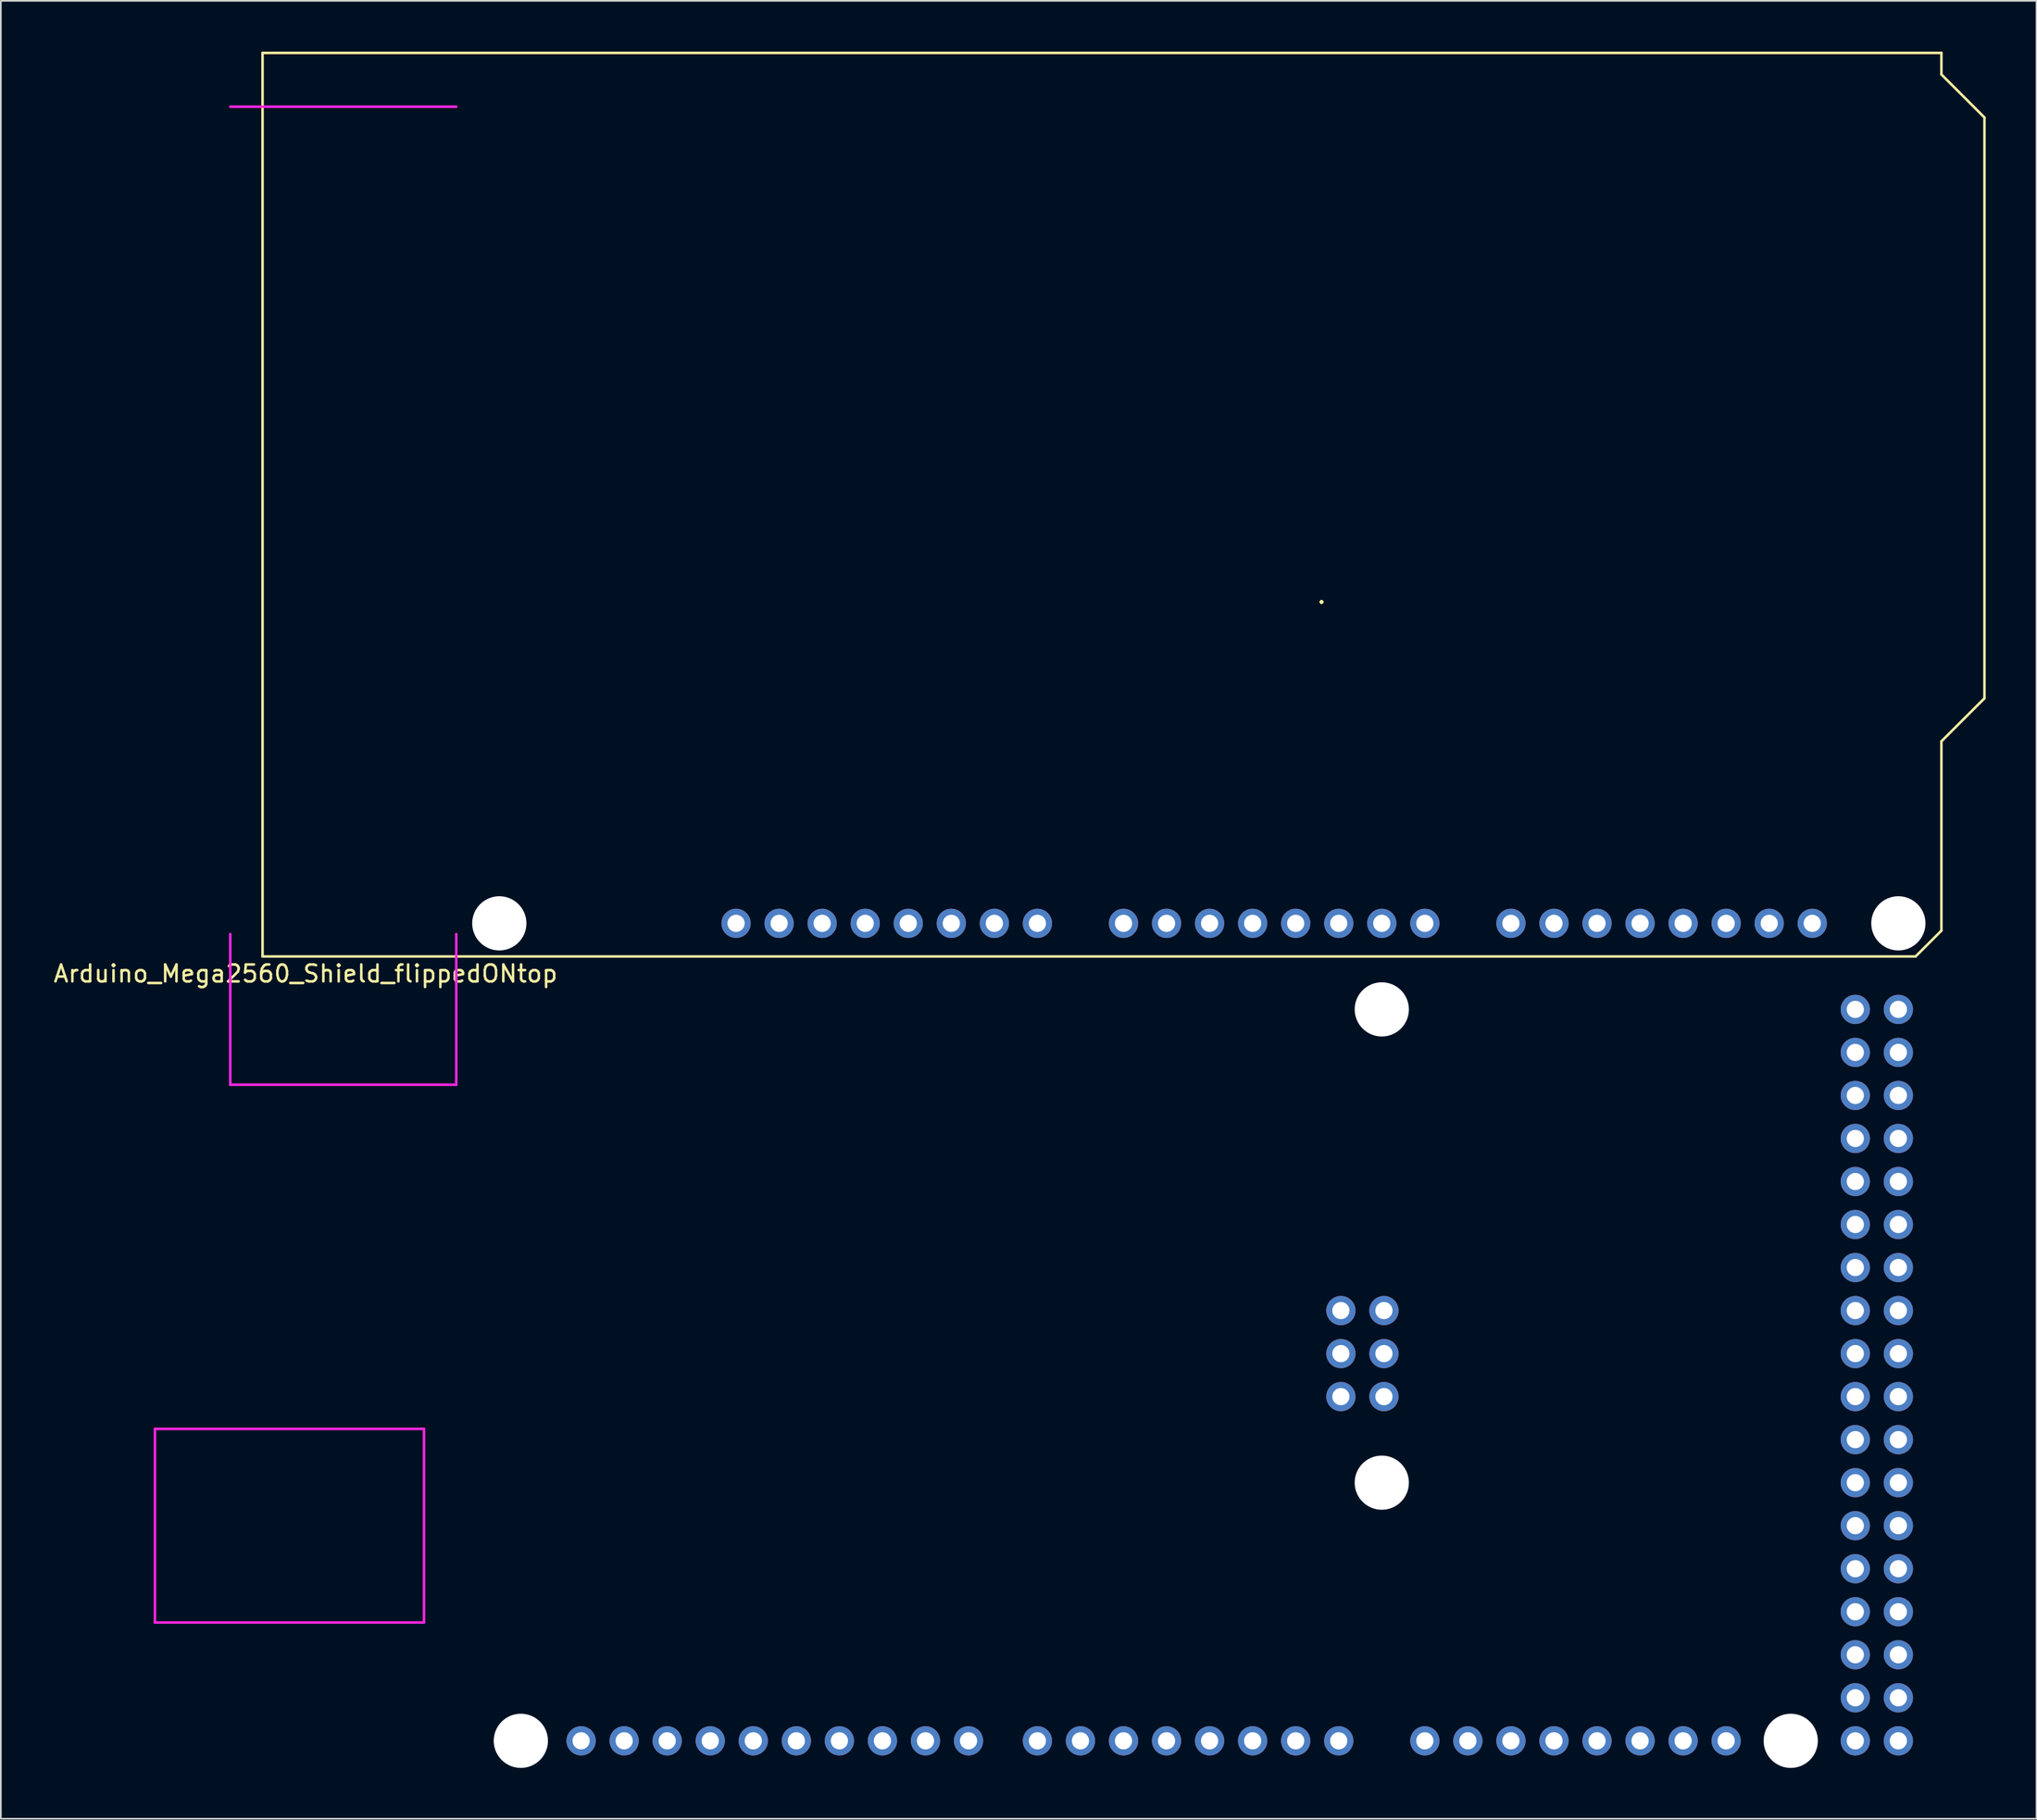
<source format=kicad_pcb>
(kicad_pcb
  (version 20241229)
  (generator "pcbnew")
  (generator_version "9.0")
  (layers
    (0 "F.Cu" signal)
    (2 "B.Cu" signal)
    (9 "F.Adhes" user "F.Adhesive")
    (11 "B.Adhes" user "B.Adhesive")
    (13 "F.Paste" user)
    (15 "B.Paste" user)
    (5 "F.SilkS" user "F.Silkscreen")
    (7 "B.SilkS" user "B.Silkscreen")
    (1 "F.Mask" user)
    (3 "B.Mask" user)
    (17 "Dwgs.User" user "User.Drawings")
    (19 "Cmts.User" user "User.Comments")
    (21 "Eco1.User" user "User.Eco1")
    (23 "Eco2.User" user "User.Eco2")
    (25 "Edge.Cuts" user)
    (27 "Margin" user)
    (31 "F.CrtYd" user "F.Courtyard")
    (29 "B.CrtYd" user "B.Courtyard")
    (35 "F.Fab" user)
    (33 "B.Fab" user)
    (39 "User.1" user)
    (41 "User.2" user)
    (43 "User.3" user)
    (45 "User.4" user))
  (footprint "Arduino_Mega2560_Shield_flippedONtop"
    (layer "F.Cu")
    (at 12.442 48.92)
    (property "Reference" "Arduino_Mega2560_Shield_flippedONtop" (at 2.54 5.511 0) (layer "F.SilkS") (effects (font (size 1 1) (thickness 0.15))))
    (attr through_hole)
    (fp_line (start 0 -48.845) (end 99.06 -48.845) (stroke (width 0.15) (type solid)) (layer "F.SilkS"))
    (fp_line (start 0 4.495) (end 0 -48.845) (stroke (width 0.15) (type solid)) (layer "F.SilkS"))
    (fp_line (start 0 4.495) (end 97.536 4.495) (stroke (width 0.15) (type solid)) (layer "F.SilkS"))
    (fp_line (start 97.536 4.495) (end 99.06 2.971) (stroke (width 0.15) (type solid)) (layer "F.SilkS"))
    (fp_line (start 99.06 -48.845) (end 99.06 -47.575) (stroke (width 0.15) (type solid)) (layer "F.SilkS"))
    (fp_line (start 99.06 -47.575) (end 101.6 -45.035) (stroke (width 0.15) (type solid)) (layer "F.SilkS"))
    (fp_line (start 99.06 -8.205) (end 99.06 2.971) (stroke (width 0.15) (type solid)) (layer "F.SilkS"))
    (fp_line (start 101.6 -45.035) (end 101.6 -10.745) (stroke (width 0.15) (type solid)) (layer "F.SilkS"))
    (fp_line (start 101.6 -10.745) (end 99.06 -8.205) (stroke (width 0.15) (type solid)) (layer "F.SilkS"))
    (fp_line (start -6.35 43.815) (end -6.35 32.385) (stroke (width 0.15) (type solid)) (layer "F.CrtYd"))
    (fp_line (start -1.905 -45.67) (end 11.43 -45.67) (stroke (width 0.15) (type solid)) (layer "F.CrtYd"))
    (fp_line (start -1.905 12.065) (end -1.905 3.175) (stroke (width 0.15) (type solid)) (layer "F.CrtYd"))
    (fp_line (start -1.905 12.065) (end 11.43 12.065) (stroke (width 0.15) (type solid)) (layer "F.CrtYd"))
    (fp_line (start 9.525 32.385) (end -6.35 32.385) (stroke (width 0.15) (type solid)) (layer "F.CrtYd"))
    (fp_line (start 9.525 43.815) (end -6.35 43.815) (stroke (width 0.15) (type solid)) (layer "F.CrtYd"))
    (fp_line (start 9.525 43.815) (end 9.525 32.385) (stroke (width 0.15) (type solid)) (layer "F.CrtYd"))
    (fp_line (start 11.43 12.065) (end 11.43 3.175) (stroke (width 0.15) (type solid)) (layer "F.CrtYd"))
    (fp_text user "." (at 62.484 -16.841 0) (layer "F.SilkS") (effects (font (size 1 1) (thickness 0.15))))
    (pad "" np_thru_hole circle (at 13.97 2.54) (size 3.2 3.2) (drill 3.2) (layers "*.Cu" "*.Mask"))
    (pad "" np_thru_hole circle (at 15.24 50.8) (size 3.2 3.2) (drill 3.2) (layers "*.Cu" "*.Mask"))
    (pad "" thru_hole oval (at 27.94 2.54) (size 1.727 1.727) (drill 1.016) (layers "*.Cu" "*.Mask"))
    (pad "" np_thru_hole circle (at 66.04 7.62) (size 3.2 3.2) (drill 3.2) (layers "*.Cu" "*.Mask"))
    (pad "" np_thru_hole circle (at 66.04 35.56) (size 3.2 3.2) (drill 3.2) (layers "*.Cu" "*.Mask"))
    (pad "" np_thru_hole circle (at 90.17 50.8) (size 3.2 3.2) (drill 3.2) (layers "*.Cu" "*.Mask"))
    (pad "" np_thru_hole circle (at 96.52 2.54) (size 3.2 3.2) (drill 3.2) (layers "*.Cu" "*.Mask"))
    (pad "3V3" thru_hole oval (at 35.56 2.54) (size 1.727 1.727) (drill 1.016) (layers "*.Cu" "*.Mask"))
    (pad "5V1" thru_hole oval (at 38.1 2.54) (size 1.727 1.727) (drill 1.016) (layers "*.Cu" "*.Mask"))
    (pad "5V2" thru_hole oval (at 66.167 30.48) (size 1.727 1.727) (drill 1.016) (layers "*.Cu" "*.Mask"))
    (pad "5V3" thru_hole oval (at 93.98 50.8) (size 1.727 1.727) (drill 1.016) (layers "*.Cu" "*.Mask"))
    (pad "5V4" thru_hole oval (at 96.52 50.8) (size 1.727 1.727) (drill 1.016) (layers "*.Cu" "*.Mask"))
    (pad "A0" thru_hole oval (at 50.8 2.54) (size 1.727 1.727) (drill 1.016) (layers "*.Cu" "*.Mask"))
    (pad "A1" thru_hole oval (at 53.34 2.54) (size 1.727 1.727) (drill 1.016) (layers "*.Cu" "*.Mask"))
    (pad "A2" thru_hole oval (at 55.88 2.54) (size 1.727 1.727) (drill 1.016) (layers "*.Cu" "*.Mask"))
    (pad "A3" thru_hole oval (at 58.42 2.54) (size 1.727 1.727) (drill 1.016) (layers "*.Cu" "*.Mask"))
    (pad "A4" thru_hole oval (at 60.96 2.54) (size 1.727 1.727) (drill 1.016) (layers "*.Cu" "*.Mask"))
    (pad "A5" thru_hole oval (at 63.5 2.54) (size 1.727 1.727) (drill 1.016) (layers "*.Cu" "*.Mask"))
    (pad "A6" thru_hole oval (at 66.04 2.54) (size 1.727 1.727) (drill 1.016) (layers "*.Cu" "*.Mask"))
    (pad "A7" thru_hole oval (at 68.58 2.54) (size 1.727 1.727) (drill 1.016) (layers "*.Cu" "*.Mask"))
    (pad "A8" thru_hole oval (at 73.66 2.54) (size 1.727 1.727) (drill 1.016) (layers "*.Cu" "*.Mask"))
    (pad "A9" thru_hole oval (at 76.2 2.54) (size 1.727 1.727) (drill 1.016) (layers "*.Cu" "*.Mask"))
    (pad "A10" thru_hole oval (at 78.74 2.54) (size 1.727 1.727) (drill 1.016) (layers "*.Cu" "*.Mask"))
    (pad "A11" thru_hole oval (at 81.28 2.54) (size 1.727 1.727) (drill 1.016) (layers "*.Cu" "*.Mask"))
    (pad "A12" thru_hole oval (at 83.82 2.54) (size 1.727 1.727) (drill 1.016) (layers "*.Cu" "*.Mask"))
    (pad "A13" thru_hole oval (at 86.36 2.54) (size 1.727 1.727) (drill 1.016) (layers "*.Cu" "*.Mask"))
    (pad "A14" thru_hole oval (at 88.9 2.54) (size 1.727 1.727) (drill 1.016) (layers "*.Cu" "*.Mask"))
    (pad "A15" thru_hole oval (at 91.44 2.54) (size 1.727 1.727) (drill 1.016) (layers "*.Cu" "*.Mask"))
    (pad "AREF" thru_hole oval (at 23.876 50.8) (size 1.727 1.727) (drill 1.016) (layers "*.Cu" "*.Mask"))
    (pad "D0" thru_hole oval (at 63.5 50.8) (size 1.727 1.727) (drill 1.016) (layers "*.Cu" "*.Mask"))
    (pad "D1" thru_hole oval (at 60.96 50.8) (size 1.727 1.727) (drill 1.016) (layers "*.Cu" "*.Mask"))
    (pad "D2" thru_hole oval (at 58.42 50.8) (size 1.727 1.727) (drill 1.016) (layers "*.Cu" "*.Mask"))
    (pad "D3" thru_hole oval (at 55.88 50.8) (size 1.727 1.727) (drill 1.016) (layers "*.Cu" "*.Mask"))
    (pad "D4" thru_hole oval (at 53.34 50.8) (size 1.727 1.727) (drill 1.016) (layers "*.Cu" "*.Mask"))
    (pad "D5" thru_hole oval (at 50.8 50.8) (size 1.727 1.727) (drill 1.016) (layers "*.Cu" "*.Mask"))
    (pad "D6" thru_hole oval (at 48.26 50.8) (size 1.727 1.727) (drill 1.016) (layers "*.Cu" "*.Mask"))
    (pad "D7" thru_hole oval (at 45.72 50.8) (size 1.727 1.727) (drill 1.016) (layers "*.Cu" "*.Mask"))
    (pad "D8" thru_hole oval (at 41.656 50.8) (size 1.727 1.727) (drill 1.016) (layers "*.Cu" "*.Mask"))
    (pad "D9" thru_hole oval (at 39.116 50.8) (size 1.727 1.727) (drill 1.016) (layers "*.Cu" "*.Mask"))
    (pad "D10" thru_hole oval (at 36.576 50.8) (size 1.727 1.727) (drill 1.016) (layers "*.Cu" "*.Mask"))
    (pad "D11" thru_hole oval (at 34.036 50.8) (size 1.727 1.727) (drill 1.016) (layers "*.Cu" "*.Mask"))
    (pad "D12" thru_hole oval (at 31.496 50.8) (size 1.727 1.727) (drill 1.016) (layers "*.Cu" "*.Mask"))
    (pad "D13" thru_hole oval (at 28.956 50.8) (size 1.727 1.727) (drill 1.016) (layers "*.Cu" "*.Mask"))
    (pad "D14" thru_hole oval (at 68.58 50.8) (size 1.727 1.727) (drill 1.016) (layers "*.Cu" "*.Mask"))
    (pad "D15" thru_hole oval (at 71.12 50.8) (size 1.727 1.727) (drill 1.016) (layers "*.Cu" "*.Mask"))
    (pad "D16" thru_hole oval (at 73.66 50.8) (size 1.727 1.727) (drill 1.016) (layers "*.Cu" "*.Mask"))
    (pad "D17" thru_hole oval (at 76.2 50.8) (size 1.727 1.727) (drill 1.016) (layers "*.Cu" "*.Mask"))
    (pad "D18" thru_hole oval (at 78.74 50.8) (size 1.727 1.727) (drill 1.016) (layers "*.Cu" "*.Mask"))
    (pad "D19" thru_hole oval (at 81.28 50.8) (size 1.727 1.727) (drill 1.016) (layers "*.Cu" "*.Mask"))
    (pad "D20" thru_hole oval (at 83.82 50.8) (size 1.727 1.727) (drill 1.016) (layers "*.Cu" "*.Mask"))
    (pad "D21" thru_hole oval (at 86.36 50.8) (size 1.727 1.727) (drill 1.016) (layers "*.Cu" "*.Mask"))
    (pad "D22" thru_hole oval (at 93.98 48.26) (size 1.727 1.727) (drill 1.016) (layers "*.Cu" "*.Mask"))
    (pad "D23" thru_hole oval (at 96.52 48.26) (size 1.727 1.727) (drill 1.016) (layers "*.Cu" "*.Mask"))
    (pad "D24" thru_hole oval (at 93.98 45.72) (size 1.727 1.727) (drill 1.016) (layers "*.Cu" "*.Mask"))
    (pad "D25" thru_hole oval (at 96.52 45.72) (size 1.727 1.727) (drill 1.016) (layers "*.Cu" "*.Mask"))
    (pad "D26" thru_hole oval (at 93.98 43.18) (size 1.727 1.727) (drill 1.016) (layers "*.Cu" "*.Mask"))
    (pad "D27" thru_hole oval (at 96.52 43.18) (size 1.727 1.727) (drill 1.016) (layers "*.Cu" "*.Mask"))
    (pad "D28" thru_hole oval (at 93.98 40.64) (size 1.727 1.727) (drill 1.016) (layers "*.Cu" "*.Mask"))
    (pad "D29" thru_hole oval (at 96.52 40.64) (size 1.727 1.727) (drill 1.016) (layers "*.Cu" "*.Mask"))
    (pad "D30" thru_hole oval (at 93.98 38.1) (size 1.727 1.727) (drill 1.016) (layers "*.Cu" "*.Mask"))
    (pad "D31" thru_hole oval (at 96.52 38.1) (size 1.727 1.727) (drill 1.016) (layers "*.Cu" "*.Mask"))
    (pad "D32" thru_hole oval (at 93.98 35.56) (size 1.727 1.727) (drill 1.016) (layers "*.Cu" "*.Mask"))
    (pad "D33" thru_hole oval (at 96.52 35.56) (size 1.727 1.727) (drill 1.016) (layers "*.Cu" "*.Mask"))
    (pad "D34" thru_hole oval (at 93.98 33.02) (size 1.727 1.727) (drill 1.016) (layers "*.Cu" "*.Mask"))
    (pad "D35" thru_hole oval (at 96.52 33.02) (size 1.727 1.727) (drill 1.016) (layers "*.Cu" "*.Mask"))
    (pad "D36" thru_hole oval (at 93.98 30.48) (size 1.727 1.727) (drill 1.016) (layers "*.Cu" "*.Mask"))
    (pad "D37" thru_hole oval (at 96.52 30.48) (size 1.727 1.727) (drill 1.016) (layers "*.Cu" "*.Mask"))
    (pad "D38" thru_hole oval (at 93.98 27.94) (size 1.727 1.727) (drill 1.016) (layers "*.Cu" "*.Mask"))
    (pad "D39" thru_hole oval (at 96.52 27.94) (size 1.727 1.727) (drill 1.016) (layers "*.Cu" "*.Mask"))
    (pad "D40" thru_hole oval (at 93.98 25.4) (size 1.727 1.727) (drill 1.016) (layers "*.Cu" "*.Mask"))
    (pad "D41" thru_hole oval (at 96.52 25.4) (size 1.727 1.727) (drill 1.016) (layers "*.Cu" "*.Mask"))
    (pad "D42" thru_hole oval (at 93.98 22.86) (size 1.727 1.727) (drill 1.016) (layers "*.Cu" "*.Mask"))
    (pad "D43" thru_hole oval (at 96.52 22.86) (size 1.727 1.727) (drill 1.016) (layers "*.Cu" "*.Mask"))
    (pad "D44" thru_hole oval (at 93.98 20.32) (size 1.727 1.727) (drill 1.016) (layers "*.Cu" "*.Mask"))
    (pad "D45" thru_hole oval (at 96.52 20.32) (size 1.727 1.727) (drill 1.016) (layers "*.Cu" "*.Mask"))
    (pad "D46" thru_hole oval (at 93.98 17.78) (size 1.727 1.727) (drill 1.016) (layers "*.Cu" "*.Mask"))
    (pad "D47" thru_hole oval (at 96.52 17.78) (size 1.727 1.727) (drill 1.016) (layers "*.Cu" "*.Mask"))
    (pad "D48" thru_hole oval (at 93.98 15.24) (size 1.727 1.727) (drill 1.016) (layers "*.Cu" "*.Mask"))
    (pad "D49" thru_hole oval (at 96.52 15.24) (size 1.727 1.727) (drill 1.016) (layers "*.Cu" "*.Mask"))
    (pad "D50" thru_hole oval (at 93.98 12.7) (size 1.727 1.727) (drill 1.016) (layers "*.Cu" "*.Mask"))
    (pad "D51" thru_hole oval (at 96.52 12.7) (size 1.727 1.727) (drill 1.016) (layers "*.Cu" "*.Mask"))
    (pad "D52" thru_hole oval (at 93.98 10.16) (size 1.727 1.727) (drill 1.016) (layers "*.Cu" "*.Mask"))
    (pad "D53" thru_hole oval (at 96.52 10.16) (size 1.727 1.727) (drill 1.016) (layers "*.Cu" "*.Mask"))
    (pad "GND1" thru_hole oval (at 26.416 50.8) (size 1.727 1.727) (drill 1.016) (layers "*.Cu" "*.Mask"))
    (pad "GND2" thru_hole oval (at 40.64 2.54) (size 1.727 1.727) (drill 1.016) (layers "*.Cu" "*.Mask"))
    (pad "GND3" thru_hole oval (at 43.18 2.54) (size 1.727 1.727) (drill 1.016) (layers "*.Cu" "*.Mask"))
    (pad "GND4" thru_hole oval (at 66.167 25.4) (size 1.727 1.727) (drill 1.016) (layers "*.Cu" "*.Mask"))
    (pad "GND5" thru_hole oval (at 93.98 7.62) (size 1.727 1.727) (drill 1.016) (layers "*.Cu" "*.Mask"))
    (pad "GND6" thru_hole oval (at 96.52 7.62) (size 1.727 1.727) (drill 1.016) (layers "*.Cu" "*.Mask"))
    (pad "IORF" thru_hole oval (at 30.48 2.54) (size 1.727 1.727) (drill 1.016) (layers "*.Cu" "*.Mask"))
    (pad "MISO" thru_hole oval (at 63.627 30.48) (size 1.727 1.727) (drill 1.016) (layers "*.Cu" "*.Mask"))
    (pad "MOSI" thru_hole oval (at 66.167 27.94) (size 1.727 1.727) (drill 1.016) (layers "*.Cu" "*.Mask"))
    (pad "RST1" thru_hole oval (at 33.02 2.54) (size 1.727 1.727) (drill 1.016) (layers "*.Cu" "*.Mask"))
    (pad "RST2" thru_hole oval (at 63.627 25.4) (size 1.727 1.727) (drill 1.016) (layers "*.Cu" "*.Mask"))
    (pad "SCK" thru_hole oval (at 63.627 27.94) (size 1.727 1.727) (drill 1.016) (layers "*.Cu" "*.Mask"))
    (pad "SCL" thru_hole oval (at 18.796 50.8) (size 1.727 1.727) (drill 1.016) (layers "*.Cu" "*.Mask"))
    (pad "SDA" thru_hole oval (at 21.336 50.8) (size 1.727 1.727) (drill 1.016) (layers "*.Cu" "*.Mask"))
    (pad "VIN" thru_hole oval (at 45.72 2.54) (size 1.727 1.727) (drill 1.016) (layers "*.Cu" "*.Mask")))
  (gr_rect
    (start -3 -3)
    (end 117.117 104.32)
    (stroke (width 0.1) (type default))
    (fill no)
    (layer "Edge.Cuts")))
</source>
